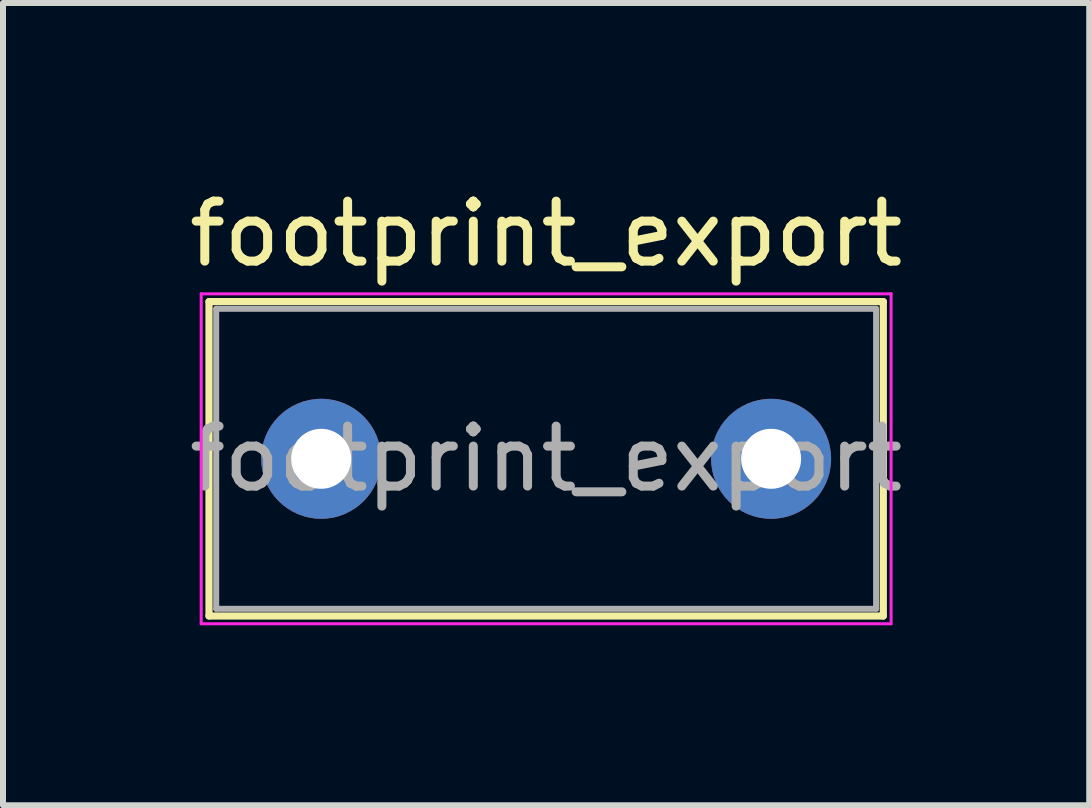
<source format=kicad_pcb>
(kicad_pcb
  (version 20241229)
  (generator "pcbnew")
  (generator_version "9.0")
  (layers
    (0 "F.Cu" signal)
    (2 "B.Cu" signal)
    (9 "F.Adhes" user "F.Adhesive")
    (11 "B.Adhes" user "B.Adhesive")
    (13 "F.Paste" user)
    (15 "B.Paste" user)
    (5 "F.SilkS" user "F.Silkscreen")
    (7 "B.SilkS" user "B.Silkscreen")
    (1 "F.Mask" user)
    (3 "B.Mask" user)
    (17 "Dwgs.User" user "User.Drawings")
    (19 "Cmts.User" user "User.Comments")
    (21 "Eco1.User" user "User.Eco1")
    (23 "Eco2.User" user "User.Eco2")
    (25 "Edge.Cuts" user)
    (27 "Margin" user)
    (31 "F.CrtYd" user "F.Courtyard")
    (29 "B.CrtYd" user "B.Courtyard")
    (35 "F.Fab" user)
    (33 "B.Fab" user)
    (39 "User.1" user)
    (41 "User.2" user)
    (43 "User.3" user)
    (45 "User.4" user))
  (footprint "footprint_export"
    (layer "F.Cu")
    (at 2.304 4.598)
    (property "Reference" "footprint_export" (at 3.75 -3.75 0) (layer "F.SilkS") (effects (font (size 1 1) (thickness 0.15))))
    (attr through_hole)
    (fp_line (start -1.87 -2.62) (end -1.87 2.62) (stroke (width 0.12) (type solid)) (layer "F.SilkS"))
    (fp_line (start -1.87 -2.62) (end 9.37 -2.62) (stroke (width 0.12) (type solid)) (layer "F.SilkS"))
    (fp_line (start -1.87 2.62) (end 9.37 2.62) (stroke (width 0.12) (type solid)) (layer "F.SilkS"))
    (fp_line (start 9.37 -2.62) (end 9.37 2.62) (stroke (width 0.12) (type solid)) (layer "F.SilkS"))
    (fp_line (start -2 -2.75) (end -2 2.75) (stroke (width 0.05) (type solid)) (layer "F.CrtYd"))
    (fp_line (start -2 2.75) (end 9.5 2.75) (stroke (width 0.05) (type solid)) (layer "F.CrtYd"))
    (fp_line (start 9.5 -2.75) (end -2 -2.75) (stroke (width 0.05) (type solid)) (layer "F.CrtYd"))
    (fp_line (start 9.5 2.75) (end 9.5 -2.75) (stroke (width 0.05) (type solid)) (layer "F.CrtYd"))
    (fp_line (start -1.75 -2.5) (end -1.75 2.5) (stroke (width 0.1) (type solid)) (layer "F.Fab"))
    (fp_line (start -1.75 2.5) (end 9.25 2.5) (stroke (width 0.1) (type solid)) (layer "F.Fab"))
    (fp_line (start 9.25 -2.5) (end -1.75 -2.5) (stroke (width 0.1) (type solid)) (layer "F.Fab"))
    (fp_line (start 9.25 2.5) (end 9.25 -2.5) (stroke (width 0.1) (type solid)) (layer "F.Fab"))
    (fp_text user "${REFERENCE}" (at 3.75 0 0) (layer "F.Fab") (effects (font (size 1 1) (thickness 0.15))))
    (pad "1" thru_hole circle (at 0 0) (size 2 2) (drill 1) (layers "*.Cu" "*.Mask"))
    (pad "2" thru_hole circle (at 7.5 0) (size 2 2) (drill 1) (layers "*.Cu" "*.Mask")))
  (gr_rect
    (start -3 -3)
    (end 15.107 10.373)
    (stroke (width 0.1) (type default))
    (fill no)
    (layer "Edge.Cuts")))
</source>
